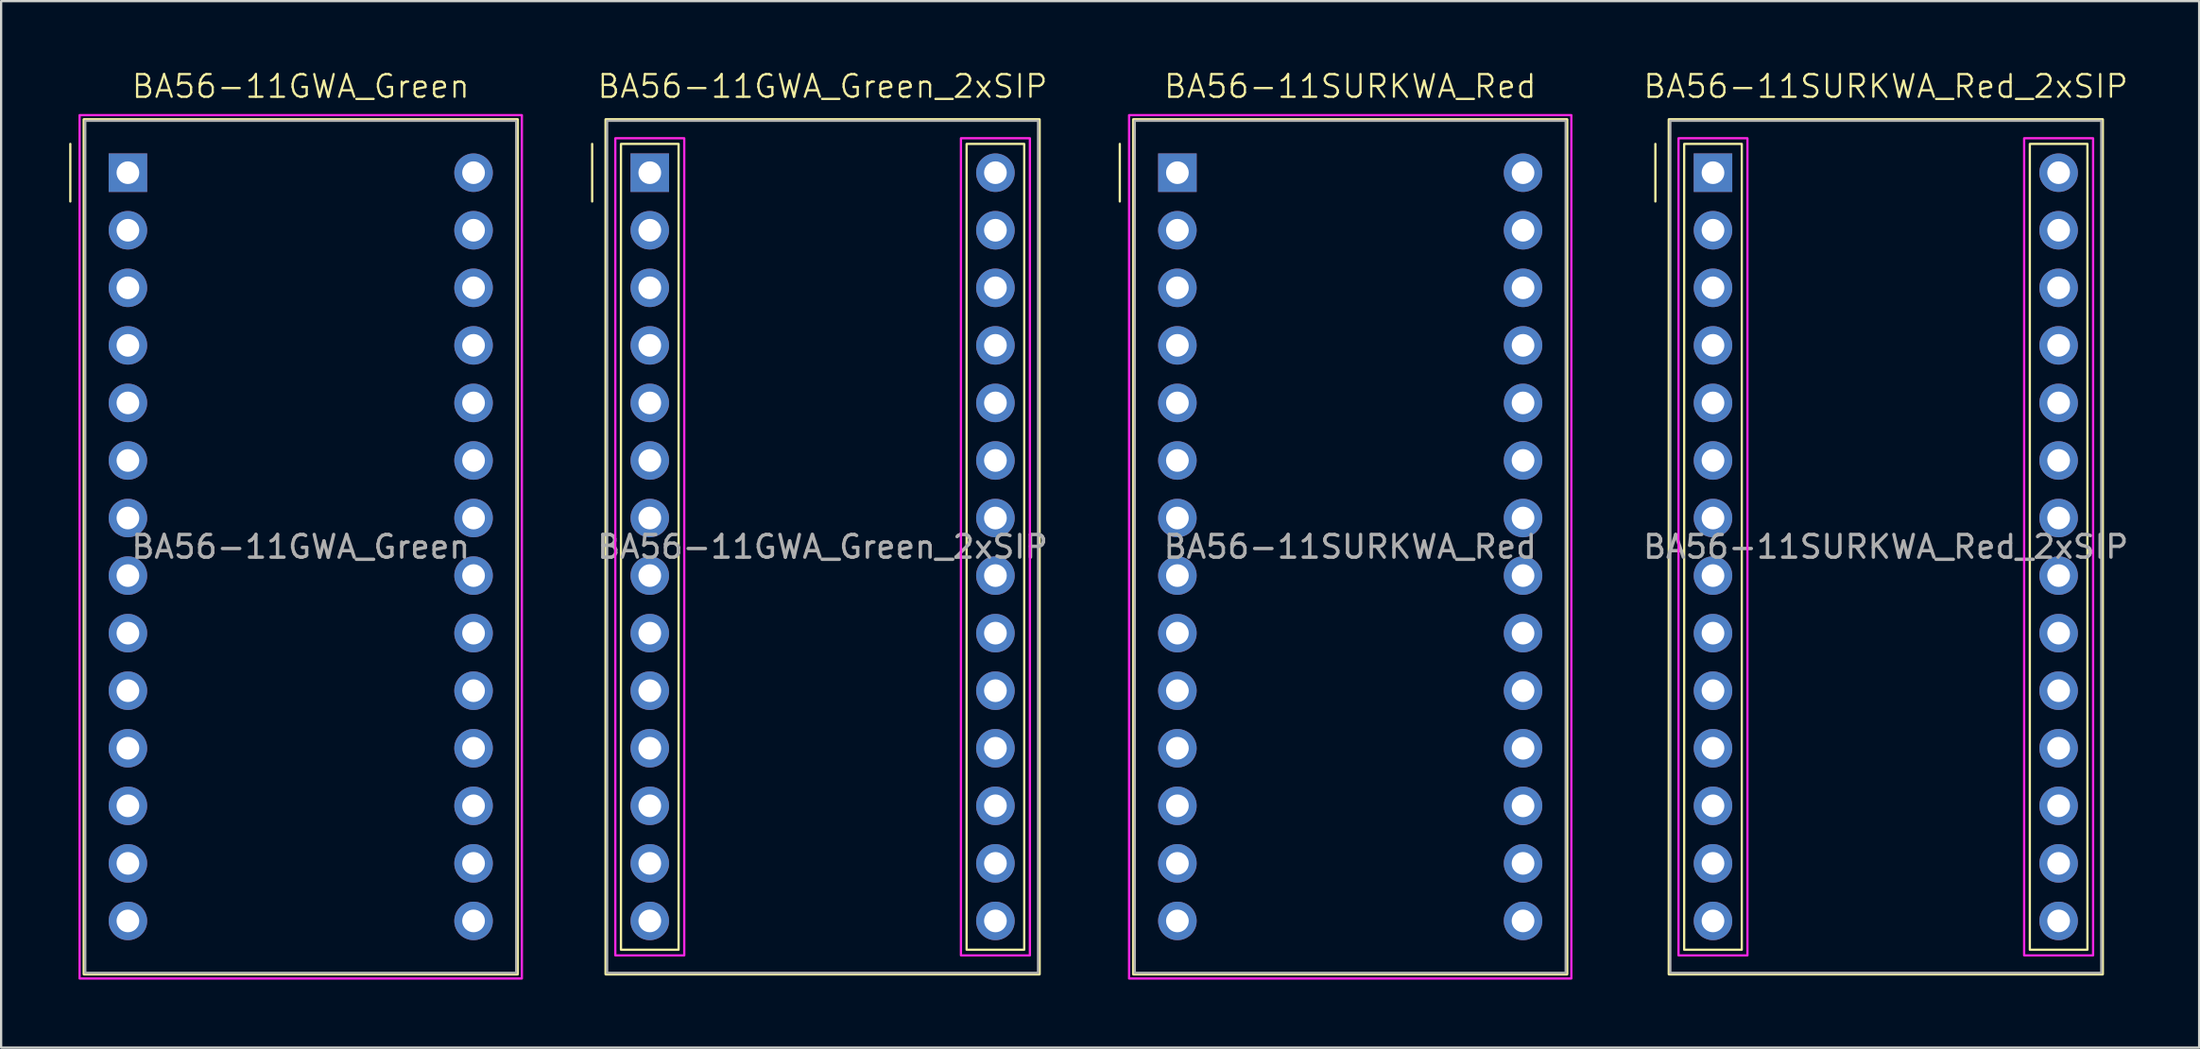
<source format=kicad_pcb>
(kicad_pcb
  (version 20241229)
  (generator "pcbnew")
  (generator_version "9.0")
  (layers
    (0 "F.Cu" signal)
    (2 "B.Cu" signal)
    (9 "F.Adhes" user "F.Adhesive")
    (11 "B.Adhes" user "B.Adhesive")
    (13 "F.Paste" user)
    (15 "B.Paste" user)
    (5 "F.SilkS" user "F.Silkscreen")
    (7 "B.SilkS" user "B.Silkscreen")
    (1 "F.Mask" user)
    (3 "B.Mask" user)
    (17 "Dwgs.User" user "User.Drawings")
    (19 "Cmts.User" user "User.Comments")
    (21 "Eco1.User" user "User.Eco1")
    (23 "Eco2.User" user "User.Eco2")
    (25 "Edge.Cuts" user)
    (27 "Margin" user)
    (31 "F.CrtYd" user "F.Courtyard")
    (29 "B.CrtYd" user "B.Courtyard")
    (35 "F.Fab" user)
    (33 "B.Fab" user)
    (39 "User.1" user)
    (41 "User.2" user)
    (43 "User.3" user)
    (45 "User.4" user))
  (footprint "BA56-11GWA_Green_2xSIP"
    (layer "F.Cu")
    (at 25.6 4.571)
    (property "Reference" "BA56-11GWA_Green_2xSIP" (at 7.62 -3.81 0) (unlocked yes) (layer "F.SilkS") (effects (font (size 1 1) (thickness 0.1))))
    (attr through_hole)
    (fp_line (start -2.54 -1.27) (end -2.54 1.27) (stroke (width 0.1) (type default)) (layer "F.SilkS"))
    (fp_rect (start -1.94 -2.35) (end 17.18 35.37) (stroke (width 0.12) (type solid)) (fill no) (layer "F.SilkS"))
    (fp_rect (start -1.27 -1.27) (end 1.27 34.29) (stroke (width 0.1) (type default)) (fill no) (layer "F.SilkS"))
    (fp_rect (start 13.97 -1.27) (end 16.51 34.29) (stroke (width 0.1) (type default)) (fill no) (layer "F.SilkS"))
    (fp_rect (start -1.52 -1.52) (end 1.52 34.54) (stroke (width 0.1) (type solid)) (fill no) (layer "F.CrtYd"))
    (fp_rect (start 13.72 -1.52) (end 16.76 34.54) (stroke (width 0.1) (type solid)) (fill no) (layer "F.CrtYd"))
    (fp_rect (start -1.88 -2.29) (end 17.12 35.31) (stroke (width 0.1) (type solid)) (fill no) (layer "F.Fab"))
    (fp_text user "${REFERENCE}" (at 7.62 16.51 0) (unlocked yes) (layer "F.Fab") (effects (font (size 1 1) (thickness 0.15))))
    (pad "1" thru_hole rect (at 0 0) (size 1.7 1.7) (drill 1) (layers "*.Cu" "*.Mask"))
    (pad "2" thru_hole circle (at 0 2.54) (size 1.7 1.7) (drill 1) (layers "*.Cu" "*.Mask"))
    (pad "3" thru_hole circle (at 0 5.08) (size 1.7 1.7) (drill 1) (layers "*.Cu" "*.Mask"))
    (pad "4" thru_hole circle (at 0 7.62) (size 1.7 1.7) (drill 1) (layers "*.Cu" "*.Mask"))
    (pad "5" thru_hole circle (at 0 10.16) (size 1.7 1.7) (drill 1) (layers "*.Cu" "*.Mask"))
    (pad "6" thru_hole circle (at 0 12.7) (size 1.7 1.7) (drill 1) (layers "*.Cu" "*.Mask"))
    (pad "7" thru_hole circle (at 0 15.24) (size 1.7 1.7) (drill 1) (layers "*.Cu" "*.Mask"))
    (pad "8" thru_hole circle (at 0 17.78) (size 1.7 1.7) (drill 1) (layers "*.Cu" "*.Mask"))
    (pad "9" thru_hole circle (at 0 20.32) (size 1.7 1.7) (drill 1) (layers "*.Cu" "*.Mask"))
    (pad "10" thru_hole circle (at 0 22.86) (size 1.7 1.7) (drill 1) (layers "*.Cu" "*.Mask"))
    (pad "11" thru_hole circle (at 0 25.4) (size 1.7 1.7) (drill 1) (layers "*.Cu" "*.Mask"))
    (pad "12" thru_hole circle (at 0 27.94) (size 1.7 1.7) (drill 1) (layers "*.Cu" "*.Mask"))
    (pad "13" thru_hole circle (at 0 30.48) (size 1.7 1.7) (drill 1) (layers "*.Cu" "*.Mask"))
    (pad "14" thru_hole circle (at 0 33.02) (size 1.7 1.7) (drill 1) (layers "*.Cu" "*.Mask"))
    (pad "15" thru_hole circle (at 15.24 33.02) (size 1.7 1.7) (drill 1) (layers "*.Cu" "*.Mask"))
    (pad "16" thru_hole circle (at 15.24 30.48) (size 1.7 1.7) (drill 1) (layers "*.Cu" "*.Mask"))
    (pad "17" thru_hole circle (at 15.24 27.94) (size 1.7 1.7) (drill 1) (layers "*.Cu" "*.Mask"))
    (pad "18" thru_hole circle (at 15.24 25.4) (size 1.7 1.7) (drill 1) (layers "*.Cu" "*.Mask"))
    (pad "19" thru_hole circle (at 15.24 22.86) (size 1.7 1.7) (drill 1) (layers "*.Cu" "*.Mask"))
    (pad "20" thru_hole circle (at 15.24 20.32) (size 1.7 1.7) (drill 1) (layers "*.Cu" "*.Mask"))
    (pad "21" thru_hole circle (at 15.24 17.78) (size 1.7 1.7) (drill 1) (layers "*.Cu" "*.Mask"))
    (pad "22" thru_hole circle (at 15.24 15.24) (size 1.7 1.7) (drill 1) (layers "*.Cu" "*.Mask"))
    (pad "23" thru_hole circle (at 15.24 12.7) (size 1.7 1.7) (drill 1) (layers "*.Cu" "*.Mask"))
    (pad "24" thru_hole circle (at 15.24 10.16) (size 1.7 1.7) (drill 1) (layers "*.Cu" "*.Mask"))
    (pad "25" thru_hole circle (at 15.24 7.62) (size 1.7 1.7) (drill 1) (layers "*.Cu" "*.Mask"))
    (pad "26" thru_hole circle (at 15.24 5.08) (size 1.7 1.7) (drill 1) (layers "*.Cu" "*.Mask"))
    (pad "27" thru_hole circle (at 15.24 2.54) (size 1.7 1.7) (drill 1) (layers "*.Cu" "*.Mask"))
    (pad "28" thru_hole circle (at 15.24 0) (size 1.7 1.7) (drill 1) (layers "*.Cu" "*.Mask")))
  (footprint "BA56-11SURKWA_Red"
    (layer "F.Cu")
    (at 48.864 4.571)
    (property "Reference" "BA56-11SURKWA_Red" (at 7.62 -3.81 0) (unlocked yes) (layer "F.SilkS") (effects (font (size 1 1) (thickness 0.1))))
    (attr through_hole)
    (fp_line (start -2.54 -1.27) (end -2.54 1.27) (stroke (width 0.1) (type default)) (layer "F.SilkS"))
    (fp_rect (start -1.94 -2.35) (end 17.18 35.37) (stroke (width 0.12) (type solid)) (fill no) (layer "F.SilkS"))
    (fp_rect (start -2.13 -2.54) (end 17.37 35.56) (stroke (width 0.1) (type solid)) (fill no) (layer "F.CrtYd"))
    (fp_rect (start -1.88 -2.29) (end 17.12 35.31) (stroke (width 0.1) (type solid)) (fill no) (layer "F.Fab"))
    (fp_text user "${REFERENCE}" (at 7.62 16.51 0) (unlocked yes) (layer "F.Fab") (effects (font (size 1 1) (thickness 0.15))))
    (pad "1" thru_hole rect (at 0 0) (size 1.7 1.7) (drill 1) (layers "*.Cu" "*.Mask"))
    (pad "2" thru_hole circle (at 0 2.54) (size 1.7 1.7) (drill 1) (layers "*.Cu" "*.Mask"))
    (pad "3" thru_hole circle (at 0 5.08) (size 1.7 1.7) (drill 1) (layers "*.Cu" "*.Mask"))
    (pad "4" thru_hole circle (at 0 7.62) (size 1.7 1.7) (drill 1) (layers "*.Cu" "*.Mask"))
    (pad "5" thru_hole circle (at 0 10.16) (size 1.7 1.7) (drill 1) (layers "*.Cu" "*.Mask"))
    (pad "6" thru_hole circle (at 0 12.7) (size 1.7 1.7) (drill 1) (layers "*.Cu" "*.Mask"))
    (pad "7" thru_hole circle (at 0 15.24) (size 1.7 1.7) (drill 1) (layers "*.Cu" "*.Mask"))
    (pad "8" thru_hole circle (at 0 17.78) (size 1.7 1.7) (drill 1) (layers "*.Cu" "*.Mask"))
    (pad "9" thru_hole circle (at 0 20.32) (size 1.7 1.7) (drill 1) (layers "*.Cu" "*.Mask"))
    (pad "10" thru_hole circle (at 0 22.86) (size 1.7 1.7) (drill 1) (layers "*.Cu" "*.Mask"))
    (pad "11" thru_hole circle (at 0 25.4) (size 1.7 1.7) (drill 1) (layers "*.Cu" "*.Mask"))
    (pad "12" thru_hole circle (at 0 27.94) (size 1.7 1.7) (drill 1) (layers "*.Cu" "*.Mask"))
    (pad "13" thru_hole circle (at 0 30.48) (size 1.7 1.7) (drill 1) (layers "*.Cu" "*.Mask"))
    (pad "14" thru_hole circle (at 0 33.02) (size 1.7 1.7) (drill 1) (layers "*.Cu" "*.Mask"))
    (pad "15" thru_hole circle (at 15.24 33.02) (size 1.7 1.7) (drill 1) (layers "*.Cu" "*.Mask"))
    (pad "16" thru_hole circle (at 15.24 30.48) (size 1.7 1.7) (drill 1) (layers "*.Cu" "*.Mask"))
    (pad "17" thru_hole circle (at 15.24 27.94) (size 1.7 1.7) (drill 1) (layers "*.Cu" "*.Mask"))
    (pad "18" thru_hole circle (at 15.24 25.4) (size 1.7 1.7) (drill 1) (layers "*.Cu" "*.Mask"))
    (pad "19" thru_hole circle (at 15.24 22.86) (size 1.7 1.7) (drill 1) (layers "*.Cu" "*.Mask"))
    (pad "20" thru_hole circle (at 15.24 20.32) (size 1.7 1.7) (drill 1) (layers "*.Cu" "*.Mask"))
    (pad "21" thru_hole circle (at 15.24 17.78) (size 1.7 1.7) (drill 1) (layers "*.Cu" "*.Mask"))
    (pad "22" thru_hole circle (at 15.24 15.24) (size 1.7 1.7) (drill 1) (layers "*.Cu" "*.Mask"))
    (pad "23" thru_hole circle (at 15.24 12.7) (size 1.7 1.7) (drill 1) (layers "*.Cu" "*.Mask"))
    (pad "24" thru_hole circle (at 15.24 10.16) (size 1.7 1.7) (drill 1) (layers "*.Cu" "*.Mask"))
    (pad "25" thru_hole circle (at 15.24 7.62) (size 1.7 1.7) (drill 1) (layers "*.Cu" "*.Mask"))
    (pad "26" thru_hole circle (at 15.24 5.08) (size 1.7 1.7) (drill 1) (layers "*.Cu" "*.Mask"))
    (pad "27" thru_hole circle (at 15.24 2.54) (size 1.7 1.7) (drill 1) (layers "*.Cu" "*.Mask"))
    (pad "28" thru_hole circle (at 15.24 0) (size 1.7 1.7) (drill 1) (layers "*.Cu" "*.Mask")))
  (footprint "BA56-11GWA_Green"
    (layer "F.Cu")
    (at 2.59 4.571)
    (property "Reference" "BA56-11GWA_Green" (at 7.62 -3.81 0) (unlocked yes) (layer "F.SilkS") (effects (font (size 1 1) (thickness 0.1))))
    (attr through_hole)
    (fp_line (start -2.54 -1.27) (end -2.54 1.27) (stroke (width 0.1) (type default)) (layer "F.SilkS"))
    (fp_rect (start -1.94 -2.35) (end 17.18 35.37) (stroke (width 0.12) (type solid)) (fill no) (layer "F.SilkS"))
    (fp_rect (start -2.13 -2.54) (end 17.37 35.56) (stroke (width 0.1) (type solid)) (fill no) (layer "F.CrtYd"))
    (fp_rect (start -1.88 -2.29) (end 17.12 35.31) (stroke (width 0.1) (type solid)) (fill no) (layer "F.Fab"))
    (fp_text user "${REFERENCE}" (at 7.62 16.51 0) (unlocked yes) (layer "F.Fab") (effects (font (size 1 1) (thickness 0.15))))
    (pad "1" thru_hole rect (at 0 0) (size 1.7 1.7) (drill 1) (layers "*.Cu" "*.Mask"))
    (pad "2" thru_hole circle (at 0 2.54) (size 1.7 1.7) (drill 1) (layers "*.Cu" "*.Mask"))
    (pad "3" thru_hole circle (at 0 5.08) (size 1.7 1.7) (drill 1) (layers "*.Cu" "*.Mask"))
    (pad "4" thru_hole circle (at 0 7.62) (size 1.7 1.7) (drill 1) (layers "*.Cu" "*.Mask"))
    (pad "5" thru_hole circle (at 0 10.16) (size 1.7 1.7) (drill 1) (layers "*.Cu" "*.Mask"))
    (pad "6" thru_hole circle (at 0 12.7) (size 1.7 1.7) (drill 1) (layers "*.Cu" "*.Mask"))
    (pad "7" thru_hole circle (at 0 15.24) (size 1.7 1.7) (drill 1) (layers "*.Cu" "*.Mask"))
    (pad "8" thru_hole circle (at 0 17.78) (size 1.7 1.7) (drill 1) (layers "*.Cu" "*.Mask"))
    (pad "9" thru_hole circle (at 0 20.32) (size 1.7 1.7) (drill 1) (layers "*.Cu" "*.Mask"))
    (pad "10" thru_hole circle (at 0 22.86) (size 1.7 1.7) (drill 1) (layers "*.Cu" "*.Mask"))
    (pad "11" thru_hole circle (at 0 25.4) (size 1.7 1.7) (drill 1) (layers "*.Cu" "*.Mask"))
    (pad "12" thru_hole circle (at 0 27.94) (size 1.7 1.7) (drill 1) (layers "*.Cu" "*.Mask"))
    (pad "13" thru_hole circle (at 0 30.48) (size 1.7 1.7) (drill 1) (layers "*.Cu" "*.Mask"))
    (pad "14" thru_hole circle (at 0 33.02) (size 1.7 1.7) (drill 1) (layers "*.Cu" "*.Mask"))
    (pad "15" thru_hole circle (at 15.24 33.02) (size 1.7 1.7) (drill 1) (layers "*.Cu" "*.Mask"))
    (pad "16" thru_hole circle (at 15.24 30.48) (size 1.7 1.7) (drill 1) (layers "*.Cu" "*.Mask"))
    (pad "17" thru_hole circle (at 15.24 27.94) (size 1.7 1.7) (drill 1) (layers "*.Cu" "*.Mask"))
    (pad "18" thru_hole circle (at 15.24 25.4) (size 1.7 1.7) (drill 1) (layers "*.Cu" "*.Mask"))
    (pad "19" thru_hole circle (at 15.24 22.86) (size 1.7 1.7) (drill 1) (layers "*.Cu" "*.Mask"))
    (pad "20" thru_hole circle (at 15.24 20.32) (size 1.7 1.7) (drill 1) (layers "*.Cu" "*.Mask"))
    (pad "21" thru_hole circle (at 15.24 17.78) (size 1.7 1.7) (drill 1) (layers "*.Cu" "*.Mask"))
    (pad "22" thru_hole circle (at 15.24 15.24) (size 1.7 1.7) (drill 1) (layers "*.Cu" "*.Mask"))
    (pad "23" thru_hole circle (at 15.24 12.7) (size 1.7 1.7) (drill 1) (layers "*.Cu" "*.Mask"))
    (pad "24" thru_hole circle (at 15.24 10.16) (size 1.7 1.7) (drill 1) (layers "*.Cu" "*.Mask"))
    (pad "25" thru_hole circle (at 15.24 7.62) (size 1.7 1.7) (drill 1) (layers "*.Cu" "*.Mask"))
    (pad "26" thru_hole circle (at 15.24 5.08) (size 1.7 1.7) (drill 1) (layers "*.Cu" "*.Mask"))
    (pad "27" thru_hole circle (at 15.24 2.54) (size 1.7 1.7) (drill 1) (layers "*.Cu" "*.Mask"))
    (pad "28" thru_hole circle (at 15.24 0) (size 1.7 1.7) (drill 1) (layers "*.Cu" "*.Mask")))
  (footprint "BA56-11SURKWA_Red_2xSIP"
    (layer "F.Cu")
    (at 72.479 4.571)
    (property "Reference" "BA56-11SURKWA_Red_2xSIP" (at 7.62 -3.81 0) (unlocked yes) (layer "F.SilkS") (effects (font (size 1 1) (thickness 0.1))))
    (attr through_hole)
    (fp_line (start -2.54 -1.27) (end -2.54 1.27) (stroke (width 0.1) (type default)) (layer "F.SilkS"))
    (fp_rect (start -1.94 -2.35) (end 17.18 35.37) (stroke (width 0.12) (type solid)) (fill no) (layer "F.SilkS"))
    (fp_rect (start -1.27 -1.27) (end 1.27 34.29) (stroke (width 0.1) (type default)) (fill no) (layer "F.SilkS"))
    (fp_rect (start 13.97 -1.27) (end 16.51 34.29) (stroke (width 0.1) (type default)) (fill no) (layer "F.SilkS"))
    (fp_rect (start -1.52 -1.52) (end 1.52 34.54) (stroke (width 0.1) (type solid)) (fill no) (layer "F.CrtYd"))
    (fp_rect (start 13.72 -1.52) (end 16.76 34.54) (stroke (width 0.1) (type solid)) (fill no) (layer "F.CrtYd"))
    (fp_rect (start -1.88 -2.29) (end 17.12 35.31) (stroke (width 0.1) (type solid)) (fill no) (layer "F.Fab"))
    (fp_text user "${REFERENCE}" (at 7.62 16.51 0) (unlocked yes) (layer "F.Fab") (effects (font (size 1 1) (thickness 0.15))))
    (pad "1" thru_hole rect (at 0 0) (size 1.7 1.7) (drill 1) (layers "*.Cu" "*.Mask"))
    (pad "2" thru_hole circle (at 0 2.54) (size 1.7 1.7) (drill 1) (layers "*.Cu" "*.Mask"))
    (pad "3" thru_hole circle (at 0 5.08) (size 1.7 1.7) (drill 1) (layers "*.Cu" "*.Mask"))
    (pad "4" thru_hole circle (at 0 7.62) (size 1.7 1.7) (drill 1) (layers "*.Cu" "*.Mask"))
    (pad "5" thru_hole circle (at 0 10.16) (size 1.7 1.7) (drill 1) (layers "*.Cu" "*.Mask"))
    (pad "6" thru_hole circle (at 0 12.7) (size 1.7 1.7) (drill 1) (layers "*.Cu" "*.Mask"))
    (pad "7" thru_hole circle (at 0 15.24) (size 1.7 1.7) (drill 1) (layers "*.Cu" "*.Mask"))
    (pad "8" thru_hole circle (at 0 17.78) (size 1.7 1.7) (drill 1) (layers "*.Cu" "*.Mask"))
    (pad "9" thru_hole circle (at 0 20.32) (size 1.7 1.7) (drill 1) (layers "*.Cu" "*.Mask"))
    (pad "10" thru_hole circle (at 0 22.86) (size 1.7 1.7) (drill 1) (layers "*.Cu" "*.Mask"))
    (pad "11" thru_hole circle (at 0 25.4) (size 1.7 1.7) (drill 1) (layers "*.Cu" "*.Mask"))
    (pad "12" thru_hole circle (at 0 27.94) (size 1.7 1.7) (drill 1) (layers "*.Cu" "*.Mask"))
    (pad "13" thru_hole circle (at 0 30.48) (size 1.7 1.7) (drill 1) (layers "*.Cu" "*.Mask"))
    (pad "14" thru_hole circle (at 0 33.02) (size 1.7 1.7) (drill 1) (layers "*.Cu" "*.Mask"))
    (pad "15" thru_hole circle (at 15.24 33.02) (size 1.7 1.7) (drill 1) (layers "*.Cu" "*.Mask"))
    (pad "16" thru_hole circle (at 15.24 30.48) (size 1.7 1.7) (drill 1) (layers "*.Cu" "*.Mask"))
    (pad "17" thru_hole circle (at 15.24 27.94) (size 1.7 1.7) (drill 1) (layers "*.Cu" "*.Mask"))
    (pad "18" thru_hole circle (at 15.24 25.4) (size 1.7 1.7) (drill 1) (layers "*.Cu" "*.Mask"))
    (pad "19" thru_hole circle (at 15.24 22.86) (size 1.7 1.7) (drill 1) (layers "*.Cu" "*.Mask"))
    (pad "20" thru_hole circle (at 15.24 20.32) (size 1.7 1.7) (drill 1) (layers "*.Cu" "*.Mask"))
    (pad "21" thru_hole circle (at 15.24 17.78) (size 1.7 1.7) (drill 1) (layers "*.Cu" "*.Mask"))
    (pad "22" thru_hole circle (at 15.24 15.24) (size 1.7 1.7) (drill 1) (layers "*.Cu" "*.Mask"))
    (pad "23" thru_hole circle (at 15.24 12.7) (size 1.7 1.7) (drill 1) (layers "*.Cu" "*.Mask"))
    (pad "24" thru_hole circle (at 15.24 10.16) (size 1.7 1.7) (drill 1) (layers "*.Cu" "*.Mask"))
    (pad "25" thru_hole circle (at 15.24 7.62) (size 1.7 1.7) (drill 1) (layers "*.Cu" "*.Mask"))
    (pad "26" thru_hole circle (at 15.24 5.08) (size 1.7 1.7) (drill 1) (layers "*.Cu" "*.Mask"))
    (pad "27" thru_hole circle (at 15.24 2.54) (size 1.7 1.7) (drill 1) (layers "*.Cu" "*.Mask"))
    (pad "28" thru_hole circle (at 15.24 0) (size 1.7 1.7) (drill 1) (layers "*.Cu" "*.Mask")))
  (gr_rect
    (start -3 -3)
    (end 93.915 43.181)
    (stroke (width 0.1) (type default))
    (fill no)
    (layer "Edge.Cuts")))
</source>
